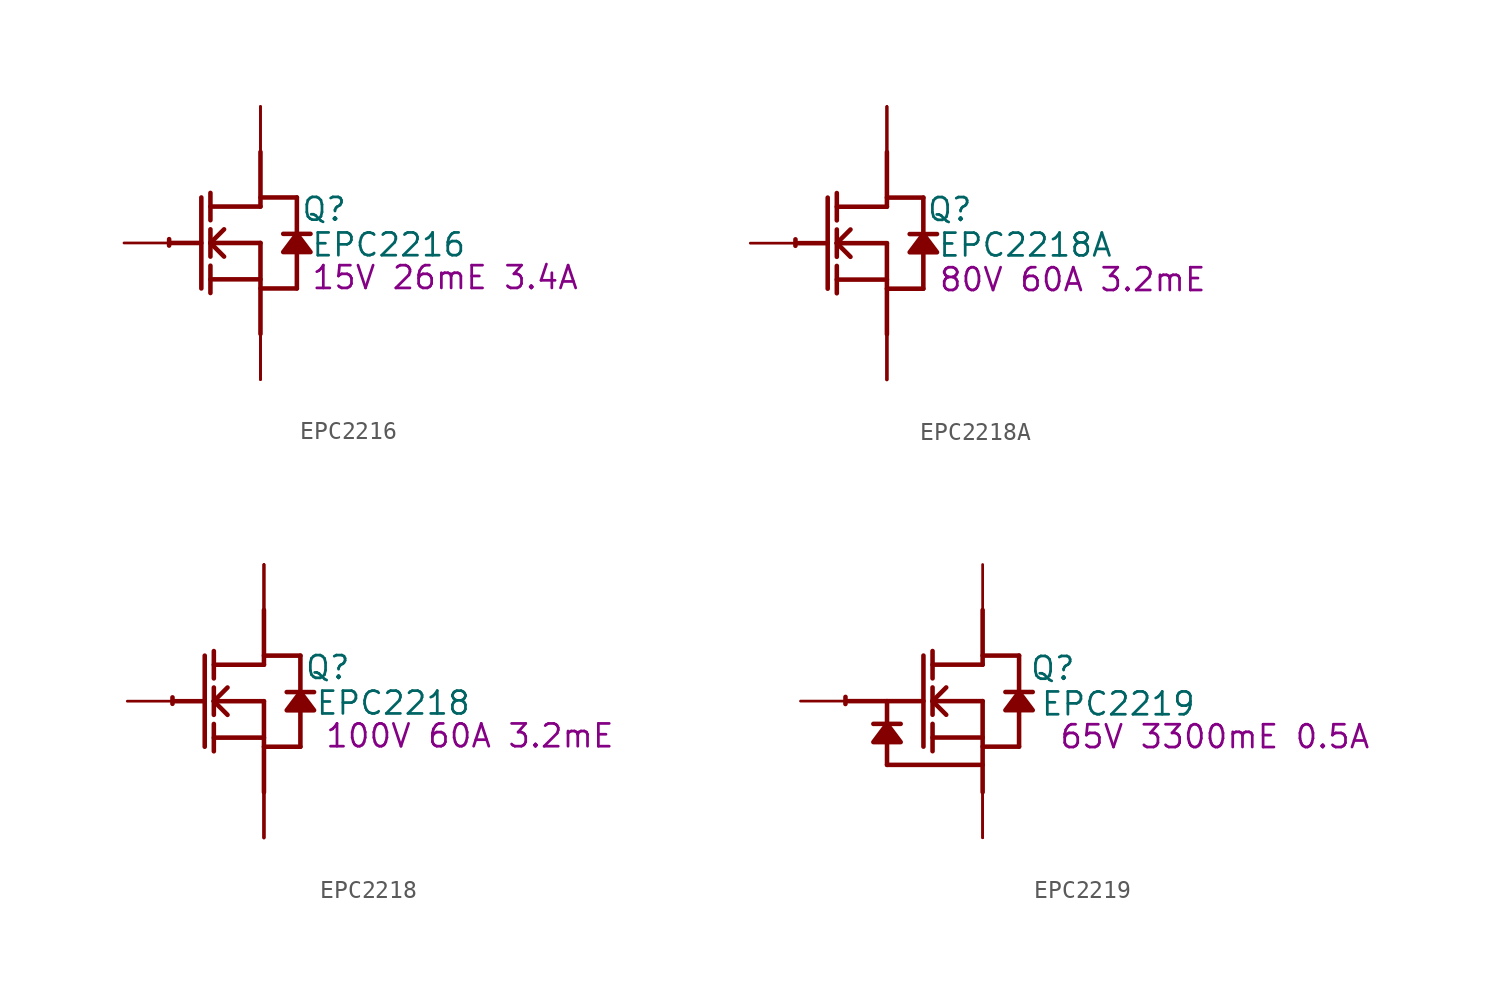
<source format=kicad_sym>
(kicad_symbol_lib
  (version 20231120)
  (generator "kicad_symbol_editor")
  (generator_version "8.0")
  (symbol "EPC2216"
    (property "Reference" "Q"
      (at 3.556 1.88 0)
      (effects (font (size 1.27 1.27))))
    (property "Value" "EPC2216"
      (at 7.163 -0.102 0)
      (effects (font (size 1.27 1.27))))
    (property "Description" "15V 26mE 3.4A"
      (at 10.312 -1.93 0)
      (effects (font (size 1.27 1.27))))
    (symbol "EPC2216_1_0"
      (arc (start -5.0996 0.2128) (mid -5.1039 0.0331) (end -5.1019 -0.1467) (stroke (width 0.254) (type solid)) (fill (type none)))
      (polyline (pts (xy -5.08 0) (xy -3.302 0)) (stroke (width 0.254) (type solid)) (fill (type none)))
      (polyline (pts (xy -3.302 2.54) (xy -3.302 -2.54)) (stroke (width 0.254) (type solid)) (fill (type none)))
      (polyline (pts (xy -2.794 -2.794) (xy -2.794 -1.27)) (stroke (width 0.254) (type solid)) (fill (type none)))
      (polyline (pts (xy -2.794 -2.032) (xy 0 -2.032)) (stroke (width 0.254) (type solid)) (fill (type none)))
      (polyline (pts (xy -2.794 -0.762) (xy -2.794 0.762)) (stroke (width 0.254) (type solid)) (fill (type none)))
      (polyline (pts (xy -2.794 0) (xy -2.032 0.762)) (stroke (width 0.254) (type solid)) (fill (type none)))
      (polyline (pts (xy -2.794 0) (xy 0 0)) (stroke (width 0.254) (type solid)) (fill (type none)))
      (polyline (pts (xy -2.794 1.27) (xy -2.794 2.794)) (stroke (width 0.254) (type solid)) (fill (type none)))
      (polyline (pts (xy -2.032 -0.762) (xy -2.794 0)) (stroke (width 0.254) (type solid)) (fill (type none)))
      (polyline (pts (xy 0 -2.54) (xy 2.032 -2.54)) (stroke (width 0.254) (type solid)) (fill (type none)))
      (polyline (pts (xy 0 0) (xy 0 -5.08)) (stroke (width 0.254) (type solid)) (fill (type none)))
      (polyline (pts (xy 0 2.032) (xy -2.794 2.032)) (stroke (width 0.254) (type solid)) (fill (type none)))
      (polyline (pts (xy 0 2.032) (xy 0 5.08)) (stroke (width 0.254) (type solid)) (fill (type none)))
      (polyline (pts (xy 0 2.54) (xy 2.032 2.54)) (stroke (width 0.254) (type solid)) (fill (type none)))
      (polyline (pts (xy 2.032 -0.508) (xy 2.032 -2.54)) (stroke (width 0.254) (type solid)) (fill (type none)))
      (polyline (pts (xy 2.032 2.54) (xy 2.032 0.508)) (stroke (width 0.254) (type solid)) (fill (type none)))
      (polyline (pts (xy 2.794 0.508) (xy 1.27 0.508)) (stroke (width 0.254) (type solid)) (fill (type none)))
      (polyline (pts (xy 2.032 0.508) (xy 1.27 -0.508) (xy 2.794 -0.508) (xy 2.032 0.508)) (stroke (width 0.254) (type solid)) (fill (type outline)))
      (pin passive line (at -7.62 0 0) (length 2.54) (name "G" (effects (font (size 0 0)))) (number "1" (effects (font (size 0 0)))))
      (pin open_collector line (at 0 7.62 270) (length 2.54) (name "D1" (effects (font (size 0 0)))) (number "2" (effects (font (size 0 0)))))
      (pin open_emitter line (at 0 -7.62 90) (length 2.54) (name "S1" (effects (font (size 0 0)))) (number "3" (effects (font (size 0 0)))))
      (pin open_emitter line (at 0 -7.62 90) (length 2.54) (name "S2" (effects (font (size 0 0)))) (number "4" (effects (font (size 0 0)))))
      (pin open_collector line (at 0 7.62 270) (length 2.54) (name "D2" (effects (font (size 0 0)))) (number "5" (effects (font (size 0 0)))))
      (pin open_emitter line (at 0 -7.62 90) (length 2.54) (name "S3" (effects (font (size 0 0)))) (number "6" (effects (font (size 0 0)))))))
  (symbol "EPC2218A"
    (property "Reference" "Q"
      (at 3.505 1.88 0)
      (effects (font (size 1.27 1.27))))
    (property "Value" "EPC2218A"
      (at 7.722 -0.102 0)
      (effects (font (size 1.27 1.27))))
    (property "Description" "80V 60A 3.2mE"
      (at 10.363 -2.032 0)
      (effects (font (size 1.27 1.27))))
    (symbol "EPC2218A_1_0"
      (arc (start -5.0996 0.2128) (mid -5.1039 0.0331) (end -5.1019 -0.1467) (stroke (width 0.254) (type solid)) (fill (type none)))
      (polyline (pts (xy -5.08 0) (xy -3.302 0)) (stroke (width 0.254) (type solid)) (fill (type none)))
      (polyline (pts (xy -3.302 2.54) (xy -3.302 -2.54)) (stroke (width 0.254) (type solid)) (fill (type none)))
      (polyline (pts (xy -2.794 -2.794) (xy -2.794 -1.27)) (stroke (width 0.254) (type solid)) (fill (type none)))
      (polyline (pts (xy -2.794 -2.032) (xy 0 -2.032)) (stroke (width 0.254) (type solid)) (fill (type none)))
      (polyline (pts (xy -2.794 -0.762) (xy -2.794 0.762)) (stroke (width 0.254) (type solid)) (fill (type none)))
      (polyline (pts (xy -2.794 0) (xy -2.032 0.762)) (stroke (width 0.254) (type solid)) (fill (type none)))
      (polyline (pts (xy -2.794 0) (xy 0 0)) (stroke (width 0.254) (type solid)) (fill (type none)))
      (polyline (pts (xy -2.794 1.27) (xy -2.794 2.794)) (stroke (width 0.254) (type solid)) (fill (type none)))
      (polyline (pts (xy -2.032 -0.762) (xy -2.794 0)) (stroke (width 0.254) (type solid)) (fill (type none)))
      (polyline (pts (xy 0 -2.54) (xy 2.032 -2.54)) (stroke (width 0.254) (type solid)) (fill (type none)))
      (polyline (pts (xy 0 0) (xy 0 -5.08)) (stroke (width 0.254) (type solid)) (fill (type none)))
      (polyline (pts (xy 0 2.032) (xy -2.794 2.032)) (stroke (width 0.254) (type solid)) (fill (type none)))
      (polyline (pts (xy 0 2.032) (xy 0 5.08)) (stroke (width 0.254) (type solid)) (fill (type none)))
      (polyline (pts (xy 0 2.54) (xy 2.032 2.54)) (stroke (width 0.254) (type solid)) (fill (type none)))
      (polyline (pts (xy 2.032 -0.508) (xy 2.032 -2.54)) (stroke (width 0.254) (type solid)) (fill (type none)))
      (polyline (pts (xy 2.032 2.54) (xy 2.032 0.508)) (stroke (width 0.254) (type solid)) (fill (type none)))
      (polyline (pts (xy 2.794 0.508) (xy 1.27 0.508)) (stroke (width 0.254) (type solid)) (fill (type none)))
      (polyline (pts (xy 2.032 0.508) (xy 1.27 -0.508) (xy 2.794 -0.508) (xy 2.032 0.508)) (stroke (width 0.254) (type solid)) (fill (type outline)))
      (pin passive line (at -7.62 0 0) (length 2.54) (name "G" (effects (font (size 0 0)))) (number "1" (effects (font (size 0 0)))))
      (pin passive line (at 0 -7.62 90) (length 2.54) (name "S" (effects (font (size 0 0)))) (number "2" (effects (font (size 0 0)))))
      (pin passive line (at 0 7.62 270) (length 2.54) (name "D" (effects (font (size 0 0)))) (number "3" (effects (font (size 0 0)))))
      (pin passive line (at 0 -7.62 90) (length 2.54) (name "S" (effects (font (size 0 0)))) (number "4" (effects (font (size 0 0)))))
      (pin passive line (at 0 7.62 270) (length 2.54) (name "D" (effects (font (size 0 0)))) (number "5" (effects (font (size 0 0)))))
      (pin passive line (at 0 -7.62 90) (length 2.54) (name "S" (effects (font (size 0 0)))) (number "6" (effects (font (size 0 0)))))
      (pin passive line (at 0 7.62 270) (length 2.54) (name "D" (effects (font (size 0 0)))) (number "7" (effects (font (size 0 0)))))
      (pin passive line (at 0 -7.62 90) (length 2.54) (name "S" (effects (font (size 0 0)))) (number "8" (effects (font (size 0 0)))))))
  (symbol "EPC2218"
    (property "Reference" "Q"
      (at 3.556 1.88 0)
      (effects (font (size 1.27 1.27))))
    (property "Value" "EPC2218"
      (at 7.214 -0.102 0)
      (effects (font (size 1.27 1.27))))
    (property "Description" "100V 60A 3.2mE"
      (at 11.481 -1.93 0)
      (effects (font (size 1.27 1.27))))
    (symbol "EPC2218_1_0"
      (arc (start -5.0996 0.2128) (mid -5.1039 0.0331) (end -5.1019 -0.1467) (stroke (width 0.254) (type solid)) (fill (type none)))
      (polyline (pts (xy -5.08 0) (xy -3.302 0)) (stroke (width 0.254) (type solid)) (fill (type none)))
      (polyline (pts (xy -3.302 2.54) (xy -3.302 -2.54)) (stroke (width 0.254) (type solid)) (fill (type none)))
      (polyline (pts (xy -2.794 -2.794) (xy -2.794 -1.27)) (stroke (width 0.254) (type solid)) (fill (type none)))
      (polyline (pts (xy -2.794 -2.032) (xy 0 -2.032)) (stroke (width 0.254) (type solid)) (fill (type none)))
      (polyline (pts (xy -2.794 -0.762) (xy -2.794 0.762)) (stroke (width 0.254) (type solid)) (fill (type none)))
      (polyline (pts (xy -2.794 0) (xy -2.032 0.762)) (stroke (width 0.254) (type solid)) (fill (type none)))
      (polyline (pts (xy -2.794 0) (xy 0 0)) (stroke (width 0.254) (type solid)) (fill (type none)))
      (polyline (pts (xy -2.794 1.27) (xy -2.794 2.794)) (stroke (width 0.254) (type solid)) (fill (type none)))
      (polyline (pts (xy -2.032 -0.762) (xy -2.794 0)) (stroke (width 0.254) (type solid)) (fill (type none)))
      (polyline (pts (xy 0 -2.54) (xy 2.032 -2.54)) (stroke (width 0.254) (type solid)) (fill (type none)))
      (polyline (pts (xy 0 0) (xy 0 -5.08)) (stroke (width 0.254) (type solid)) (fill (type none)))
      (polyline (pts (xy 0 2.032) (xy -2.794 2.032)) (stroke (width 0.254) (type solid)) (fill (type none)))
      (polyline (pts (xy 0 2.032) (xy 0 5.08)) (stroke (width 0.254) (type solid)) (fill (type none)))
      (polyline (pts (xy 0 2.54) (xy 2.032 2.54)) (stroke (width 0.254) (type solid)) (fill (type none)))
      (polyline (pts (xy 2.032 -0.508) (xy 2.032 -2.54)) (stroke (width 0.254) (type solid)) (fill (type none)))
      (polyline (pts (xy 2.032 2.54) (xy 2.032 0.508)) (stroke (width 0.254) (type solid)) (fill (type none)))
      (polyline (pts (xy 2.794 0.508) (xy 1.27 0.508)) (stroke (width 0.254) (type solid)) (fill (type none)))
      (polyline (pts (xy 2.032 0.508) (xy 1.27 -0.508) (xy 2.794 -0.508) (xy 2.032 0.508)) (stroke (width 0.254) (type solid)) (fill (type outline)))
      (pin passive line (at -7.62 0 0) (length 2.54) (name "G" (effects (font (size 0 0)))) (number "1" (effects (font (size 0 0)))))
      (pin passive line (at 0 -7.62 90) (length 2.54) (name "S" (effects (font (size 0 0)))) (number "2" (effects (font (size 0 0)))))
      (pin passive line (at 0 7.62 270) (length 2.54) (name "D" (effects (font (size 0 0)))) (number "3" (effects (font (size 0 0)))))
      (pin passive line (at 0 -7.62 90) (length 2.54) (name "S" (effects (font (size 0 0)))) (number "4" (effects (font (size 0 0)))))
      (pin passive line (at 0 7.62 270) (length 2.54) (name "D" (effects (font (size 0 0)))) (number "5" (effects (font (size 0 0)))))
      (pin passive line (at 0 -7.62 90) (length 2.54) (name "S" (effects (font (size 0 0)))) (number "6" (effects (font (size 0 0)))))
      (pin passive line (at 0 7.62 270) (length 2.54) (name "D" (effects (font (size 0 0)))) (number "7" (effects (font (size 0 0)))))
      (pin passive line (at 0 -7.62 90) (length 2.54) (name "S" (effects (font (size 0 0)))) (number "8" (effects (font (size 0 0)))))))
  (symbol "EPC2219"
    (property "Reference" "Q"
      (at 3.912 1.829 0)
      (effects (font (size 1.27 1.27))))
    (property "Value" "EPC2219"
      (at 7.569 -0.152 0)
      (effects (font (size 1.27 1.27))))
    (property "Description" "65V 3300mE 0.5A"
      (at 12.954 -1.981 0)
      (effects (font (size 1.27 1.27))))
    (symbol "EPC2219_1_0"
      (arc (start -7.6511 0.2344) (mid -7.6559 0.0364) (end -7.6537 -0.1616) (stroke (width 0.254) (type solid)) (fill (type none)))
      (polyline (pts (xy -7.62 0) (xy -3.302 0)) (stroke (width 0.254) (type solid)) (fill (type none)))
      (polyline (pts (xy -5.334 -3.556) (xy 0 -3.556)) (stroke (width 0.254) (type solid)) (fill (type none)))
      (polyline (pts (xy -5.334 -2.286) (xy -5.334 -3.556)) (stroke (width 0.254) (type solid)) (fill (type none)))
      (polyline (pts (xy -5.334 0) (xy -5.334 -1.27)) (stroke (width 0.254) (type solid)) (fill (type none)))
      (polyline (pts (xy -4.572 -1.27) (xy -6.096 -1.27)) (stroke (width 0.254) (type solid)) (fill (type none)))
      (polyline (pts (xy -3.302 2.54) (xy -3.302 -2.54)) (stroke (width 0.254) (type solid)) (fill (type none)))
      (polyline (pts (xy -2.794 -2.794) (xy -2.794 -1.27)) (stroke (width 0.254) (type solid)) (fill (type none)))
      (polyline (pts (xy -2.794 -2.032) (xy 0 -2.032)) (stroke (width 0.254) (type solid)) (fill (type none)))
      (polyline (pts (xy -2.794 -0.762) (xy -2.794 0.762)) (stroke (width 0.254) (type solid)) (fill (type none)))
      (polyline (pts (xy -2.794 0) (xy -2.032 0.762)) (stroke (width 0.254) (type solid)) (fill (type none)))
      (polyline (pts (xy -2.794 0) (xy 0 0)) (stroke (width 0.254) (type solid)) (fill (type none)))
      (polyline (pts (xy -2.794 1.27) (xy -2.794 2.794)) (stroke (width 0.254) (type solid)) (fill (type none)))
      (polyline (pts (xy -2.032 -0.762) (xy -2.794 0)) (stroke (width 0.254) (type solid)) (fill (type none)))
      (polyline (pts (xy 0 -2.54) (xy 2.032 -2.54)) (stroke (width 0.254) (type solid)) (fill (type none)))
      (polyline (pts (xy 0 0) (xy 0 -5.08)) (stroke (width 0.254) (type solid)) (fill (type none)))
      (polyline (pts (xy 0 2.032) (xy -2.794 2.032)) (stroke (width 0.254) (type solid)) (fill (type none)))
      (polyline (pts (xy 0 2.032) (xy 0 5.08)) (stroke (width 0.254) (type solid)) (fill (type none)))
      (polyline (pts (xy 0 2.54) (xy 2.032 2.54)) (stroke (width 0.254) (type solid)) (fill (type none)))
      (polyline (pts (xy 2.032 -0.508) (xy 2.032 -2.54)) (stroke (width 0.254) (type solid)) (fill (type none)))
      (polyline (pts (xy 2.032 2.54) (xy 2.032 0.508)) (stroke (width 0.254) (type solid)) (fill (type none)))
      (polyline (pts (xy 2.794 0.508) (xy 1.27 0.508)) (stroke (width 0.254) (type solid)) (fill (type none)))
      (polyline (pts (xy -5.334 -1.27) (xy -6.096 -2.286) (xy -4.572 -2.286) (xy -5.334 -1.27)) (stroke (width 0.254) (type solid)) (fill (type outline)))
      (polyline (pts (xy 2.032 0.508) (xy 1.27 -0.508) (xy 2.794 -0.508) (xy 2.032 0.508)) (stroke (width 0.254) (type solid)) (fill (type outline)))
      (pin passive line (at -10.16 0 0) (length 2.54) (name "G" (effects (font (size 0 0)))) (number "1" (effects (font (size 0 0)))))
      (pin open_emitter line (at 0 -7.62 90) (length 2.54) (name "S1" (effects (font (size 0 0)))) (number "2" (effects (font (size 0 0)))))
      (pin open_collector line (at 0 7.62 270) (length 2.54) (name "D1" (effects (font (size 0 0)))) (number "3" (effects (font (size 0 0)))))
      (pin open_emitter line (at 0 -7.62 90) (length 2.54) (name "S2" (effects (font (size 0 0)))) (number "4" (effects (font (size 0 0))))))))
</source>
